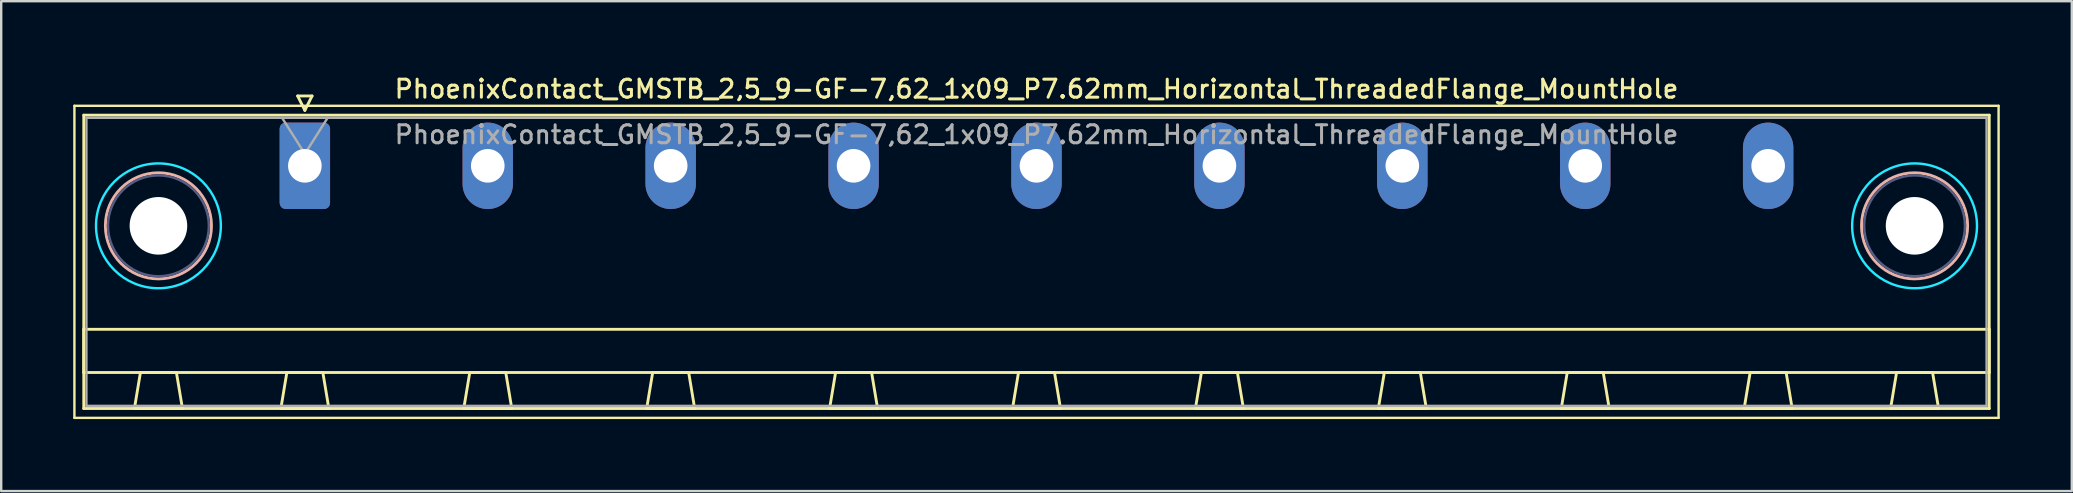
<source format=kicad_pcb>
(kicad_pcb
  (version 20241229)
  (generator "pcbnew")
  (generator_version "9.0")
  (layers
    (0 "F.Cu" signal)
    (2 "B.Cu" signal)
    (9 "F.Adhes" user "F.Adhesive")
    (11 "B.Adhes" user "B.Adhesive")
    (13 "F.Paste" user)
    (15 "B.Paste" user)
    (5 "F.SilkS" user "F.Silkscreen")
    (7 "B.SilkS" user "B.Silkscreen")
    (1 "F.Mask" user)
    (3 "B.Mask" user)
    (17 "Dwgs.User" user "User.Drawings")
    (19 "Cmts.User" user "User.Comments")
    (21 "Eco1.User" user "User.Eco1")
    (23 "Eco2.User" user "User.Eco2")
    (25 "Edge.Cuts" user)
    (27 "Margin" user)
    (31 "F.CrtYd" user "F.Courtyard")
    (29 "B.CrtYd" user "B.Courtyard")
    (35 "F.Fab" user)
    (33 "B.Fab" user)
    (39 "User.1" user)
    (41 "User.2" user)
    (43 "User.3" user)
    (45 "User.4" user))
  (footprint "PhoenixContact_GMSTB_2,5_9-GF-7,62_1x09_P7.62mm_Horizontal_ThreadedFlange_MountHole"
    (layer "F.Cu")
    (at 9.65 3.858)
    (property "Reference" "PhoenixContact_GMSTB_2,5_9-GF-7,62_1x09_P7.62mm_Horizontal_ThreadedFlange_MountHole" (at 30.48 -3.2 0) (layer "F.SilkS") (effects (font (size 0.75 0.75) (thickness 0.125))))
    (attr through_hole)
    (fp_line (start -9.6 -2.5) (end -9.6 10.5) (stroke (width 0.1) (type solid)) (layer "F.SilkS"))
    (fp_line (start -9.6 10.5) (end 70.56 10.5) (stroke (width 0.1) (type solid)) (layer "F.SilkS"))
    (fp_line (start -9.21 -2.11) (end -9.21 10.11) (stroke (width 0.12) (type solid)) (layer "F.SilkS"))
    (fp_line (start -9.21 6.81) (end 70.17 6.81) (stroke (width 0.12) (type solid)) (layer "F.SilkS"))
    (fp_line (start -9.21 8.61) (end -9.21 6.81) (stroke (width 0.12) (type solid)) (layer "F.SilkS"))
    (fp_line (start -9.21 10.11) (end 70.17 10.11) (stroke (width 0.12) (type solid)) (layer "F.SilkS"))
    (fp_line (start -7.1 10.11) (end -5.1 10.11) (stroke (width 0.12) (type solid)) (layer "F.SilkS"))
    (fp_line (start -6.85 8.61) (end -7.1 10.11) (stroke (width 0.12) (type solid)) (layer "F.SilkS"))
    (fp_line (start -5.35 8.61) (end -6.85 8.61) (stroke (width 0.12) (type solid)) (layer "F.SilkS"))
    (fp_line (start -5.1 10.11) (end -5.35 8.61) (stroke (width 0.12) (type solid)) (layer "F.SilkS"))
    (fp_line (start -1 10.11) (end 1 10.11) (stroke (width 0.12) (type solid)) (layer "F.SilkS"))
    (fp_line (start -0.75 8.61) (end -1 10.11) (stroke (width 0.12) (type solid)) (layer "F.SilkS"))
    (fp_line (start -0.3 -2.91) (end 0.3 -2.91) (stroke (width 0.12) (type solid)) (layer "F.SilkS"))
    (fp_line (start 0 -2.31) (end -0.3 -2.91) (stroke (width 0.12) (type solid)) (layer "F.SilkS"))
    (fp_line (start 0.3 -2.91) (end 0 -2.31) (stroke (width 0.12) (type solid)) (layer "F.SilkS"))
    (fp_line (start 0.75 8.61) (end -0.75 8.61) (stroke (width 0.12) (type solid)) (layer "F.SilkS"))
    (fp_line (start 1 10.11) (end 0.75 8.61) (stroke (width 0.12) (type solid)) (layer "F.SilkS"))
    (fp_line (start 6.62 10.11) (end 8.62 10.11) (stroke (width 0.12) (type solid)) (layer "F.SilkS"))
    (fp_line (start 6.87 8.61) (end 6.62 10.11) (stroke (width 0.12) (type solid)) (layer "F.SilkS"))
    (fp_line (start 8.37 8.61) (end 6.87 8.61) (stroke (width 0.12) (type solid)) (layer "F.SilkS"))
    (fp_line (start 8.62 10.11) (end 8.37 8.61) (stroke (width 0.12) (type solid)) (layer "F.SilkS"))
    (fp_line (start 14.24 10.11) (end 16.24 10.11) (stroke (width 0.12) (type solid)) (layer "F.SilkS"))
    (fp_line (start 14.49 8.61) (end 14.24 10.11) (stroke (width 0.12) (type solid)) (layer "F.SilkS"))
    (fp_line (start 15.99 8.61) (end 14.49 8.61) (stroke (width 0.12) (type solid)) (layer "F.SilkS"))
    (fp_line (start 16.24 10.11) (end 15.99 8.61) (stroke (width 0.12) (type solid)) (layer "F.SilkS"))
    (fp_line (start 21.86 10.11) (end 23.86 10.11) (stroke (width 0.12) (type solid)) (layer "F.SilkS"))
    (fp_line (start 22.11 8.61) (end 21.86 10.11) (stroke (width 0.12) (type solid)) (layer "F.SilkS"))
    (fp_line (start 23.61 8.61) (end 22.11 8.61) (stroke (width 0.12) (type solid)) (layer "F.SilkS"))
    (fp_line (start 23.86 10.11) (end 23.61 8.61) (stroke (width 0.12) (type solid)) (layer "F.SilkS"))
    (fp_line (start 29.48 10.11) (end 31.48 10.11) (stroke (width 0.12) (type solid)) (layer "F.SilkS"))
    (fp_line (start 29.73 8.61) (end 29.48 10.11) (stroke (width 0.12) (type solid)) (layer "F.SilkS"))
    (fp_line (start 31.23 8.61) (end 29.73 8.61) (stroke (width 0.12) (type solid)) (layer "F.SilkS"))
    (fp_line (start 31.48 10.11) (end 31.23 8.61) (stroke (width 0.12) (type solid)) (layer "F.SilkS"))
    (fp_line (start 37.1 10.11) (end 39.1 10.11) (stroke (width 0.12) (type solid)) (layer "F.SilkS"))
    (fp_line (start 37.35 8.61) (end 37.1 10.11) (stroke (width 0.12) (type solid)) (layer "F.SilkS"))
    (fp_line (start 38.85 8.61) (end 37.35 8.61) (stroke (width 0.12) (type solid)) (layer "F.SilkS"))
    (fp_line (start 39.1 10.11) (end 38.85 8.61) (stroke (width 0.12) (type solid)) (layer "F.SilkS"))
    (fp_line (start 44.72 10.11) (end 46.72 10.11) (stroke (width 0.12) (type solid)) (layer "F.SilkS"))
    (fp_line (start 44.97 8.61) (end 44.72 10.11) (stroke (width 0.12) (type solid)) (layer "F.SilkS"))
    (fp_line (start 46.47 8.61) (end 44.97 8.61) (stroke (width 0.12) (type solid)) (layer "F.SilkS"))
    (fp_line (start 46.72 10.11) (end 46.47 8.61) (stroke (width 0.12) (type solid)) (layer "F.SilkS"))
    (fp_line (start 52.34 10.11) (end 54.34 10.11) (stroke (width 0.12) (type solid)) (layer "F.SilkS"))
    (fp_line (start 52.59 8.61) (end 52.34 10.11) (stroke (width 0.12) (type solid)) (layer "F.SilkS"))
    (fp_line (start 54.09 8.61) (end 52.59 8.61) (stroke (width 0.12) (type solid)) (layer "F.SilkS"))
    (fp_line (start 54.34 10.11) (end 54.09 8.61) (stroke (width 0.12) (type solid)) (layer "F.SilkS"))
    (fp_line (start 59.96 10.11) (end 61.96 10.11) (stroke (width 0.12) (type solid)) (layer "F.SilkS"))
    (fp_line (start 60.21 8.61) (end 59.96 10.11) (stroke (width 0.12) (type solid)) (layer "F.SilkS"))
    (fp_line (start 61.71 8.61) (end 60.21 8.61) (stroke (width 0.12) (type solid)) (layer "F.SilkS"))
    (fp_line (start 61.96 10.11) (end 61.71 8.61) (stroke (width 0.12) (type solid)) (layer "F.SilkS"))
    (fp_line (start 66.06 10.11) (end 68.06 10.11) (stroke (width 0.12) (type solid)) (layer "F.SilkS"))
    (fp_line (start 66.31 8.61) (end 66.06 10.11) (stroke (width 0.12) (type solid)) (layer "F.SilkS"))
    (fp_line (start 67.81 8.61) (end 66.31 8.61) (stroke (width 0.12) (type solid)) (layer "F.SilkS"))
    (fp_line (start 68.06 10.11) (end 67.81 8.61) (stroke (width 0.12) (type solid)) (layer "F.SilkS"))
    (fp_line (start 70.17 -2.11) (end -9.21 -2.11) (stroke (width 0.12) (type solid)) (layer "F.SilkS"))
    (fp_line (start 70.17 6.81) (end 70.17 8.61) (stroke (width 0.12) (type solid)) (layer "F.SilkS"))
    (fp_line (start 70.17 8.61) (end -9.21 8.61) (stroke (width 0.12) (type solid)) (layer "F.SilkS"))
    (fp_line (start 70.17 10.11) (end 70.17 -2.11) (stroke (width 0.12) (type solid)) (layer "F.SilkS"))
    (fp_line (start 70.56 -2.5) (end -9.6 -2.5) (stroke (width 0.1) (type solid)) (layer "F.SilkS"))
    (fp_line (start 70.56 10.5) (end 70.56 -2.5) (stroke (width 0.1) (type solid)) (layer "F.SilkS"))
    (fp_circle (center -6.1 2.5) (end -3.89 2.5) (stroke (width 0.12) (type solid)) (fill no) (layer "B.SilkS"))
    (fp_circle (center 67.06 2.5) (end 69.27 2.5) (stroke (width 0.12) (type solid)) (fill no) (layer "B.SilkS"))
    (fp_circle (center -6.1 2.5) (end -3.5 2.5) (stroke (width 0.1) (type solid)) (fill no) (layer "B.CrtYd"))
    (fp_circle (center 67.06 2.5) (end 69.66 2.5) (stroke (width 0.1) (type solid)) (fill no) (layer "B.CrtYd"))
    (fp_circle (center -6.1 2.5) (end -4 2.5) (stroke (width 0.1) (type solid)) (fill no) (layer "B.Fab"))
    (fp_circle (center 67.06 2.5) (end 69.16 2.5) (stroke (width 0.1) (type solid)) (fill no) (layer "B.Fab"))
    (fp_line (start -9.1 -2) (end -9.1 10) (stroke (width 0.1) (type solid)) (layer "F.Fab"))
    (fp_line (start -9.1 10) (end 70.06 10) (stroke (width 0.1) (type solid)) (layer "F.Fab"))
    (fp_line (start 0 -0.5) (end -0.95 -2) (stroke (width 0.1) (type solid)) (layer "F.Fab"))
    (fp_line (start 0.95 -2) (end 0 -0.5) (stroke (width 0.1) (type solid)) (layer "F.Fab"))
    (fp_line (start 70.06 -2) (end -9.1 -2) (stroke (width 0.1) (type solid)) (layer "F.Fab"))
    (fp_line (start 70.06 10) (end 70.06 -2) (stroke (width 0.1) (type solid)) (layer "F.Fab"))
    (fp_text user "${REFERENCE}" (at 30.48 -1.3 0) (layer "F.Fab") (effects (font (size 0.75 0.75) (thickness 0.125))))
    (pad "" np_thru_hole circle (at -6.1 2.5) (size 2.4 2.4) (drill 2.4) (layers "*.Cu" "*.Mask"))
    (pad "" np_thru_hole circle (at 67.06 2.5) (size 2.4 2.4) (drill 2.4) (layers "*.Cu" "*.Mask"))
    (pad "1" thru_hole roundrect (at 0 0) (size 2.1 3.6) (drill 1.4) (layers "*.Cu" "*.Mask") (roundrect_rratio 0.119))
    (pad "2" thru_hole oval (at 7.62 0) (size 2.1 3.6) (drill 1.4) (layers "*.Cu" "*.Mask"))
    (pad "3" thru_hole oval (at 15.24 0) (size 2.1 3.6) (drill 1.4) (layers "*.Cu" "*.Mask"))
    (pad "4" thru_hole oval (at 22.86 0) (size 2.1 3.6) (drill 1.4) (layers "*.Cu" "*.Mask"))
    (pad "5" thru_hole oval (at 30.48 0) (size 2.1 3.6) (drill 1.4) (layers "*.Cu" "*.Mask"))
    (pad "6" thru_hole oval (at 38.1 0) (size 2.1 3.6) (drill 1.4) (layers "*.Cu" "*.Mask"))
    (pad "7" thru_hole oval (at 45.72 0) (size 2.1 3.6) (drill 1.4) (layers "*.Cu" "*.Mask"))
    (pad "8" thru_hole oval (at 53.34 0) (size 2.1 3.6) (drill 1.4) (layers "*.Cu" "*.Mask"))
    (pad "9" thru_hole oval (at 60.96 0) (size 2.1 3.6) (drill 1.4) (layers "*.Cu" "*.Mask")))
  (gr_rect
    (start -3 -3)
    (end 83.26 17.408)
    (stroke (width 0.1) (type default))
    (fill no)
    (layer "Edge.Cuts")))
</source>
